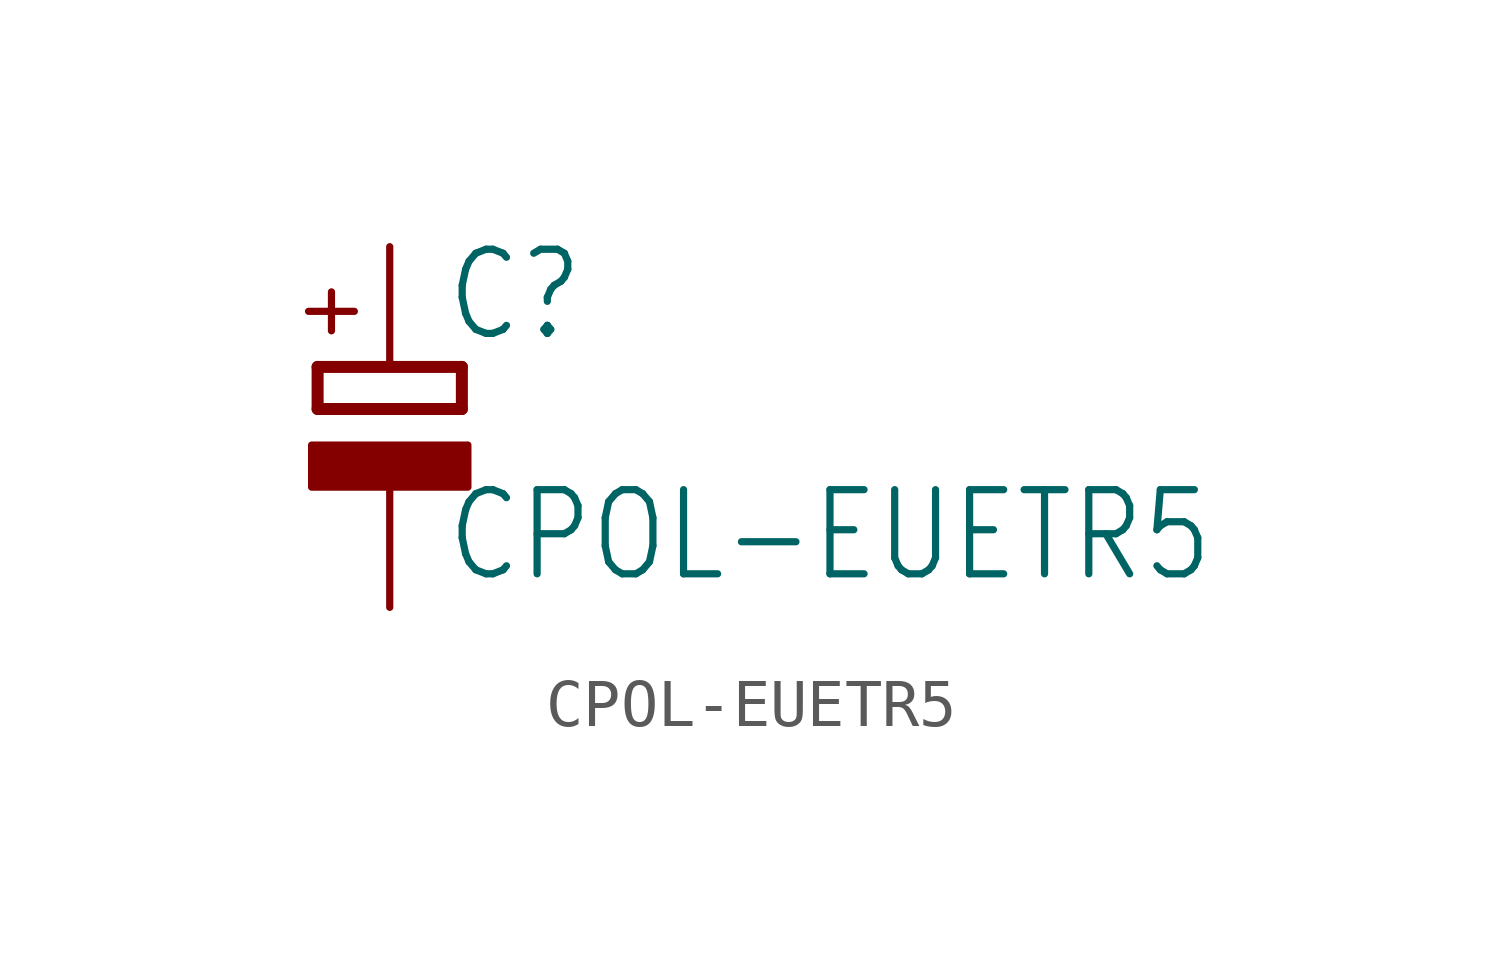
<source format=kicad_sym>
(kicad_symbol_lib
  (version 20220331)
  (generator kicad_symbol_editor)
  (symbol "CPOL-EUETR5"
    (property "Reference" "C"
      (at 1.143 0.483 0)
      (effects (font (size 1.778 1.511)) (justify left bottom)))
    (property "Value" "CPOL-EUETR5"
      (at 1.143 -4.597 0)
      (effects (font (size 1.778 1.511)) (justify left bottom)))
    (property "ki_locked" ""
      (at 0 0 0)
      (effects (font (size 1.27 1.27))))
    (symbol "CPOL-EUETR5_1_0"
      (rectangle (start -1.651 -2.54) (end 1.651 -1.651) (stroke (width 0) (type default)) (fill (type outline)))
      (polyline (pts (xy -1.524 -0.889) (xy 1.524 -0.889)) (stroke (width 0.254) (type solid)) (fill (type none)))
      (polyline (pts (xy -1.524 0) (xy -1.524 -0.889)) (stroke (width 0.254) (type solid)) (fill (type none)))
      (polyline (pts (xy -1.524 0) (xy 1.524 0)) (stroke (width 0.254) (type solid)) (fill (type none)))
      (polyline (pts (xy 1.524 -0.889) (xy 1.524 0)) (stroke (width 0.254) (type solid)) (fill (type none)))
      (text "+" (at -0.584 0.406 900) (effects (font (size 1.27 1.079)) (justify left bottom)))
      (pin passive line (at 0 2.54 270) (length 2.54) (name "+" (effects (font (size 0 0)))) (number "+" (effects (font (size 0 0)))))
      (pin passive line (at 0 -5.08 90) (length 2.54) (name "-" (effects (font (size 0 0)))) (number "-" (effects (font (size 0 0))))))))
</source>
